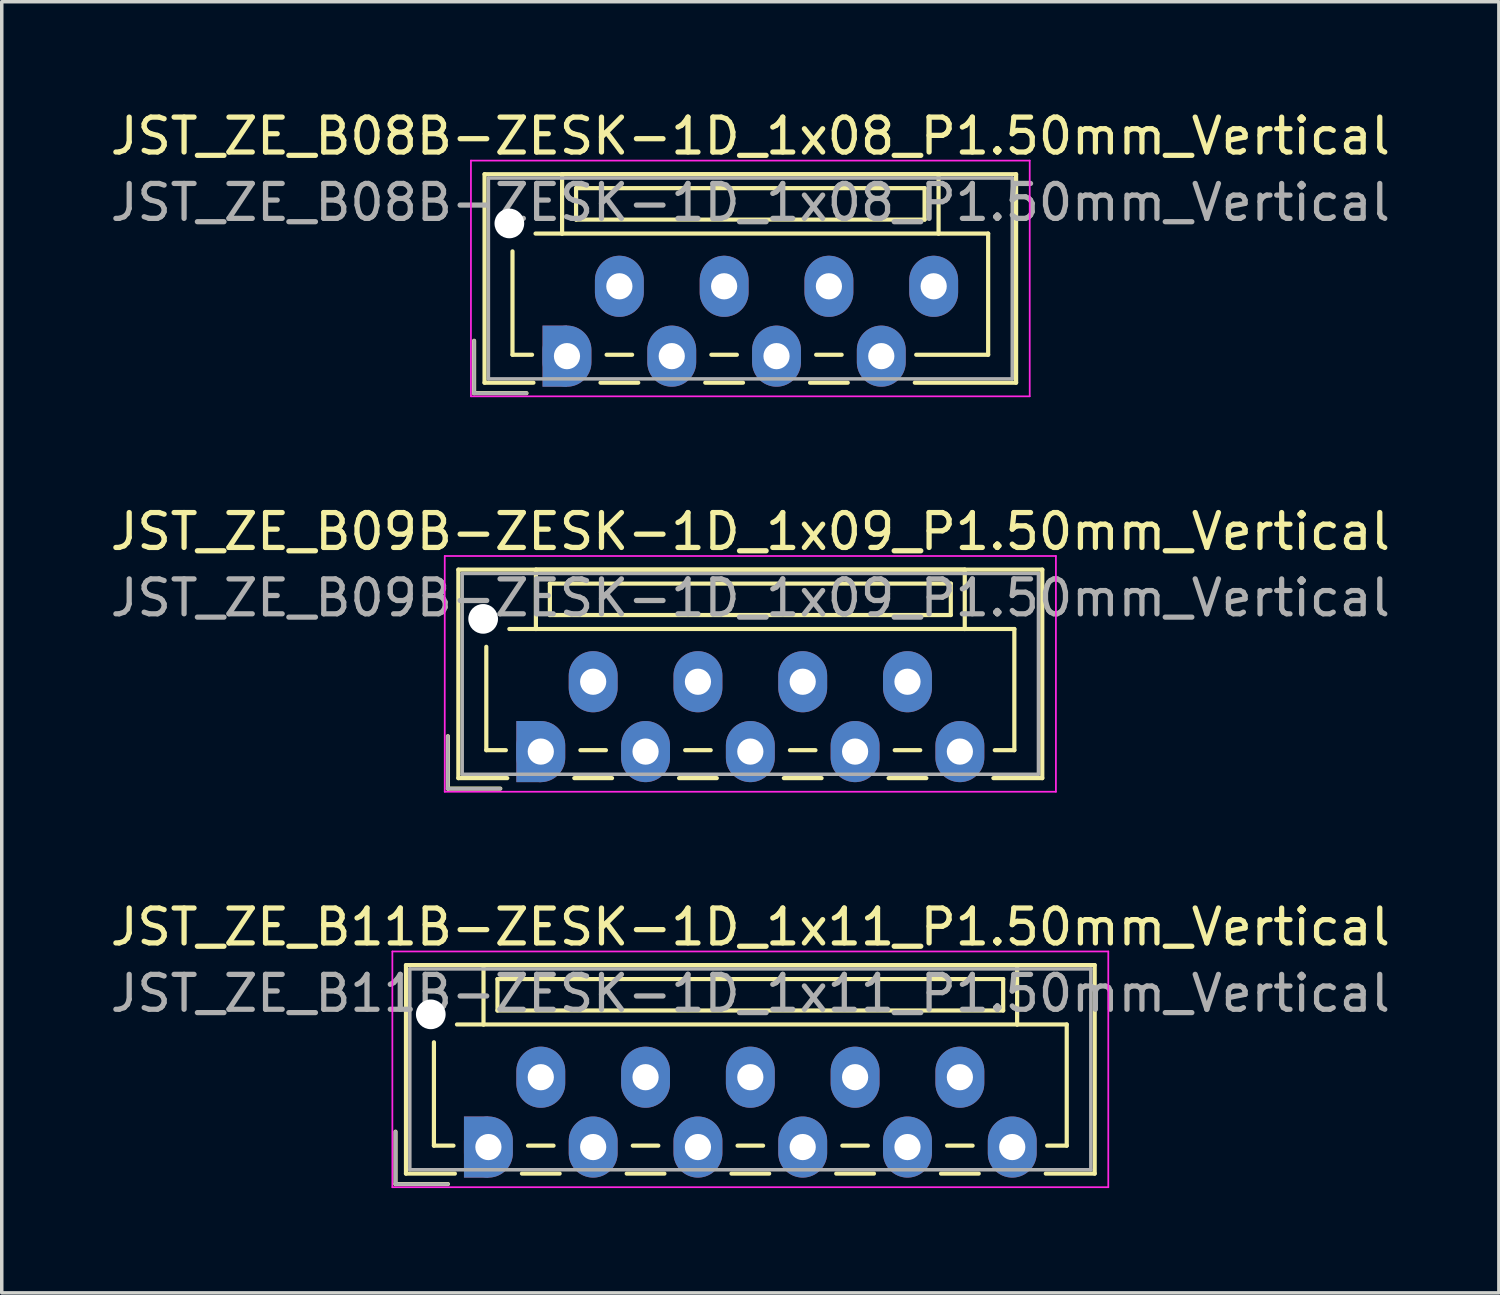
<source format=kicad_pcb>
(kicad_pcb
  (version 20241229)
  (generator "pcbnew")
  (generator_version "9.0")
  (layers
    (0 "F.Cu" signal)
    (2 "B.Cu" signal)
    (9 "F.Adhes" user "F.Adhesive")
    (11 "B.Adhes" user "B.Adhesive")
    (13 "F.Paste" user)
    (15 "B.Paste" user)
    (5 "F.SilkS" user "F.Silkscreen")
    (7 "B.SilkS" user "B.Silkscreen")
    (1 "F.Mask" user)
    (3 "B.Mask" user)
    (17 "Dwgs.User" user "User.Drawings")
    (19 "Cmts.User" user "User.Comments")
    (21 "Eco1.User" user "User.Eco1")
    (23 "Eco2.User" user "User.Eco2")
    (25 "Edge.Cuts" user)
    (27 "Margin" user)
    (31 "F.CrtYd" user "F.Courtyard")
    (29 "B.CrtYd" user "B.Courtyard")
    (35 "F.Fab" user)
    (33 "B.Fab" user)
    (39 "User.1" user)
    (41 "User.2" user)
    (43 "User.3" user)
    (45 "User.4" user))
  (footprint "JST_ZE_B11B-ZESK-1D_1x11_P1.50mm_Vertical"
    (layer "F.Cu")
    (at 10.935 29.795)
    (property "Reference" "JST_ZE_B11B-ZESK-1D_1x11_P1.50mm_Vertical" (at 7.5 -6.3 0) (layer "F.SilkS") (effects (font (size 1 1) (thickness 0.15))))
    (attr through_hole)
    (fp_line (start -2.66 -0.44) (end -2.66 1.06) (stroke (width 0.12) (type solid)) (layer "F.SilkS"))
    (fp_line (start -2.66 1.06) (end -1.16 1.06) (stroke (width 0.12) (type solid)) (layer "F.SilkS"))
    (fp_line (start -2.36 -5.21) (end 17.36 -5.21) (stroke (width 0.12) (type solid)) (layer "F.SilkS"))
    (fp_line (start -2.36 0.76) (end -2.36 -5.21) (stroke (width 0.12) (type solid)) (layer "F.SilkS"))
    (fp_line (start -1.56 -3) (end -1.56 -0.04) (stroke (width 0.12) (type solid)) (layer "F.SilkS"))
    (fp_line (start -1.56 -0.04) (end -1 -0.04) (stroke (width 0.12) (type solid)) (layer "F.SilkS"))
    (fp_line (start -0.96 0.76) (end -2.36 0.76) (stroke (width 0.12) (type solid)) (layer "F.SilkS"))
    (fp_line (start -0.14 -5.21) (end -0.14 -3.51) (stroke (width 0.12) (type solid)) (layer "F.SilkS"))
    (fp_line (start -0.14 -3.51) (end -0.9 -3.51) (stroke (width 0.12) (type solid)) (layer "F.SilkS"))
    (fp_line (start -0.14 -3.51) (end 15.14 -3.51) (stroke (width 0.12) (type solid)) (layer "F.SilkS"))
    (fp_line (start 0.26 -4.81) (end 0.26 -3.91) (stroke (width 0.12) (type solid)) (layer "F.SilkS"))
    (fp_line (start 0.26 -3.91) (end 14.74 -3.91) (stroke (width 0.12) (type solid)) (layer "F.SilkS"))
    (fp_line (start 0.96 0.76) (end 2.04 0.76) (stroke (width 0.12) (type solid)) (layer "F.SilkS"))
    (fp_line (start 1.135 -0.04) (end 1.865 -0.04) (stroke (width 0.12) (type solid)) (layer "F.SilkS"))
    (fp_line (start 3.96 0.76) (end 5.04 0.76) (stroke (width 0.12) (type solid)) (layer "F.SilkS"))
    (fp_line (start 4.135 -0.04) (end 4.865 -0.04) (stroke (width 0.12) (type solid)) (layer "F.SilkS"))
    (fp_line (start 6.96 0.76) (end 8.04 0.76) (stroke (width 0.12) (type solid)) (layer "F.SilkS"))
    (fp_line (start 7.135 -0.04) (end 7.865 -0.04) (stroke (width 0.12) (type solid)) (layer "F.SilkS"))
    (fp_line (start 9.96 0.76) (end 11.04 0.76) (stroke (width 0.12) (type solid)) (layer "F.SilkS"))
    (fp_line (start 10.135 -0.04) (end 10.865 -0.04) (stroke (width 0.12) (type solid)) (layer "F.SilkS"))
    (fp_line (start 12.96 0.76) (end 14.04 0.76) (stroke (width 0.12) (type solid)) (layer "F.SilkS"))
    (fp_line (start 13.135 -0.04) (end 13.865 -0.04) (stroke (width 0.12) (type solid)) (layer "F.SilkS"))
    (fp_line (start 14.74 -4.81) (end 0.26 -4.81) (stroke (width 0.12) (type solid)) (layer "F.SilkS"))
    (fp_line (start 14.74 -3.91) (end 14.74 -4.81) (stroke (width 0.12) (type solid)) (layer "F.SilkS"))
    (fp_line (start 15.14 -5.21) (end -0.14 -5.21) (stroke (width 0.12) (type solid)) (layer "F.SilkS"))
    (fp_line (start 15.14 -3.51) (end 15.14 -5.21) (stroke (width 0.12) (type solid)) (layer "F.SilkS"))
    (fp_line (start 15.14 -3.51) (end 16.56 -3.51) (stroke (width 0.12) (type solid)) (layer "F.SilkS"))
    (fp_line (start 16.56 -3.51) (end 16.56 -0.04) (stroke (width 0.12) (type solid)) (layer "F.SilkS"))
    (fp_line (start 16.56 -0.04) (end 16 -0.04) (stroke (width 0.12) (type solid)) (layer "F.SilkS"))
    (fp_line (start 17.36 -5.21) (end 17.36 0.76) (stroke (width 0.12) (type solid)) (layer "F.SilkS"))
    (fp_line (start 17.36 0.76) (end 15.96 0.76) (stroke (width 0.12) (type solid)) (layer "F.SilkS"))
    (fp_line (start -2.75 -5.6) (end -2.75 1.15) (stroke (width 0.05) (type solid)) (layer "F.CrtYd"))
    (fp_line (start -2.75 1.15) (end 17.75 1.15) (stroke (width 0.05) (type solid)) (layer "F.CrtYd"))
    (fp_line (start 17.75 -5.6) (end -2.75 -5.6) (stroke (width 0.05) (type solid)) (layer "F.CrtYd"))
    (fp_line (start 17.75 1.15) (end 17.75 -5.6) (stroke (width 0.05) (type solid)) (layer "F.CrtYd"))
    (fp_line (start -2.66 -0.44) (end -2.66 1.06) (stroke (width 0.1) (type solid)) (layer "F.Fab"))
    (fp_line (start -2.66 1.06) (end -1.16 1.06) (stroke (width 0.1) (type solid)) (layer "F.Fab"))
    (fp_line (start -2.25 -5.1) (end -2.25 0.65) (stroke (width 0.1) (type solid)) (layer "F.Fab"))
    (fp_line (start -2.25 0.65) (end 17.25 0.65) (stroke (width 0.1) (type solid)) (layer "F.Fab"))
    (fp_line (start 17.25 -5.1) (end -2.25 -5.1) (stroke (width 0.1) (type solid)) (layer "F.Fab"))
    (fp_line (start 17.25 0.65) (end 17.25 -5.1) (stroke (width 0.1) (type solid)) (layer "F.Fab"))
    (fp_text user "${REFERENCE}" (at 7.5 -4.4 0) (layer "F.Fab") (effects (font (size 1 1) (thickness 0.15))))
    (pad "" np_thru_hole circle (at -1.65 -3.8) (size 0.85 0.85) (drill 0.85) (layers "*.Cu" "*.Mask"))
    (pad "1" smd rect (at -0.35 0) (size 0.7 1.75) (layers "F.Cu" "F.Mask"))
    (pad "1" smd rect (at -0.35 0) (size 0.7 1.75) (layers "B.Cu" "B.Mask"))
    (pad "1" thru_hole oval (at 0 0) (size 1.4 1.75) (drill 0.75) (layers "*.Cu" "*.Mask"))
    (pad "2" thru_hole oval (at 1.5 -2) (size 1.4 1.75) (drill 0.75) (layers "*.Cu" "*.Mask"))
    (pad "3" thru_hole oval (at 3 0) (size 1.4 1.75) (drill 0.75) (layers "*.Cu" "*.Mask"))
    (pad "4" thru_hole oval (at 4.5 -2) (size 1.4 1.75) (drill 0.75) (layers "*.Cu" "*.Mask"))
    (pad "5" thru_hole oval (at 6 0) (size 1.4 1.75) (drill 0.75) (layers "*.Cu" "*.Mask"))
    (pad "6" thru_hole oval (at 7.5 -2) (size 1.4 1.75) (drill 0.75) (layers "*.Cu" "*.Mask"))
    (pad "7" thru_hole oval (at 9 0) (size 1.4 1.75) (drill 0.75) (layers "*.Cu" "*.Mask"))
    (pad "8" thru_hole oval (at 10.5 -2) (size 1.4 1.75) (drill 0.75) (layers "*.Cu" "*.Mask"))
    (pad "9" thru_hole oval (at 12 0) (size 1.4 1.75) (drill 0.75) (layers "*.Cu" "*.Mask"))
    (pad "10" thru_hole oval (at 13.5 -2) (size 1.4 1.75) (drill 0.75) (layers "*.Cu" "*.Mask"))
    (pad "11" thru_hole oval (at 15 0) (size 1.4 1.75) (drill 0.75) (layers "*.Cu" "*.Mask")))
  (footprint "JST_ZE_B08B-ZESK-1D_1x08_P1.50mm_Vertical"
    (layer "F.Cu")
    (at 13.185 7.148)
    (property "Reference" "JST_ZE_B08B-ZESK-1D_1x08_P1.50mm_Vertical" (at 5.25 -6.3 0) (layer "F.SilkS") (effects (font (size 1 1) (thickness 0.15))))
    (attr through_hole)
    (fp_line (start -2.66 -0.44) (end -2.66 1.06) (stroke (width 0.12) (type solid)) (layer "F.SilkS"))
    (fp_line (start -2.66 1.06) (end -1.16 1.06) (stroke (width 0.12) (type solid)) (layer "F.SilkS"))
    (fp_line (start -2.36 -5.21) (end 12.86 -5.21) (stroke (width 0.12) (type solid)) (layer "F.SilkS"))
    (fp_line (start -2.36 0.76) (end -2.36 -5.21) (stroke (width 0.12) (type solid)) (layer "F.SilkS"))
    (fp_line (start -1.56 -3) (end -1.56 -0.04) (stroke (width 0.12) (type solid)) (layer "F.SilkS"))
    (fp_line (start -1.56 -0.04) (end -1 -0.04) (stroke (width 0.12) (type solid)) (layer "F.SilkS"))
    (fp_line (start -0.96 0.76) (end -2.36 0.76) (stroke (width 0.12) (type solid)) (layer "F.SilkS"))
    (fp_line (start -0.14 -5.21) (end -0.14 -3.51) (stroke (width 0.12) (type solid)) (layer "F.SilkS"))
    (fp_line (start -0.14 -3.51) (end -0.9 -3.51) (stroke (width 0.12) (type solid)) (layer "F.SilkS"))
    (fp_line (start -0.14 -3.51) (end 10.64 -3.51) (stroke (width 0.12) (type solid)) (layer "F.SilkS"))
    (fp_line (start 0.26 -4.81) (end 0.26 -3.91) (stroke (width 0.12) (type solid)) (layer "F.SilkS"))
    (fp_line (start 0.26 -3.91) (end 10.24 -3.91) (stroke (width 0.12) (type solid)) (layer "F.SilkS"))
    (fp_line (start 0.96 0.76) (end 2.04 0.76) (stroke (width 0.12) (type solid)) (layer "F.SilkS"))
    (fp_line (start 1.135 -0.04) (end 1.865 -0.04) (stroke (width 0.12) (type solid)) (layer "F.SilkS"))
    (fp_line (start 3.96 0.76) (end 5.04 0.76) (stroke (width 0.12) (type solid)) (layer "F.SilkS"))
    (fp_line (start 4.135 -0.04) (end 4.865 -0.04) (stroke (width 0.12) (type solid)) (layer "F.SilkS"))
    (fp_line (start 6.96 0.76) (end 8.04 0.76) (stroke (width 0.12) (type solid)) (layer "F.SilkS"))
    (fp_line (start 7.135 -0.04) (end 7.865 -0.04) (stroke (width 0.12) (type solid)) (layer "F.SilkS"))
    (fp_line (start 10.24 -4.81) (end 0.26 -4.81) (stroke (width 0.12) (type solid)) (layer "F.SilkS"))
    (fp_line (start 10.24 -3.91) (end 10.24 -4.81) (stroke (width 0.12) (type solid)) (layer "F.SilkS"))
    (fp_line (start 10.64 -5.21) (end -0.14 -5.21) (stroke (width 0.12) (type solid)) (layer "F.SilkS"))
    (fp_line (start 10.64 -3.51) (end 10.64 -5.21) (stroke (width 0.12) (type solid)) (layer "F.SilkS"))
    (fp_line (start 10.64 -3.51) (end 12.06 -3.51) (stroke (width 0.12) (type solid)) (layer "F.SilkS"))
    (fp_line (start 12.06 -3.51) (end 12.06 -0.04) (stroke (width 0.12) (type solid)) (layer "F.SilkS"))
    (fp_line (start 12.06 -0.04) (end 10 -0.04) (stroke (width 0.12) (type solid)) (layer "F.SilkS"))
    (fp_line (start 12.86 -5.21) (end 12.86 0.76) (stroke (width 0.12) (type solid)) (layer "F.SilkS"))
    (fp_line (start 12.86 0.76) (end 9.96 0.76) (stroke (width 0.12) (type solid)) (layer "F.SilkS"))
    (fp_line (start -2.75 -5.6) (end -2.75 1.15) (stroke (width 0.05) (type solid)) (layer "F.CrtYd"))
    (fp_line (start -2.75 1.15) (end 13.25 1.15) (stroke (width 0.05) (type solid)) (layer "F.CrtYd"))
    (fp_line (start 13.25 -5.6) (end -2.75 -5.6) (stroke (width 0.05) (type solid)) (layer "F.CrtYd"))
    (fp_line (start 13.25 1.15) (end 13.25 -5.6) (stroke (width 0.05) (type solid)) (layer "F.CrtYd"))
    (fp_line (start -2.66 -0.44) (end -2.66 1.06) (stroke (width 0.1) (type solid)) (layer "F.Fab"))
    (fp_line (start -2.66 1.06) (end -1.16 1.06) (stroke (width 0.1) (type solid)) (layer "F.Fab"))
    (fp_line (start -2.25 -5.1) (end -2.25 0.65) (stroke (width 0.1) (type solid)) (layer "F.Fab"))
    (fp_line (start -2.25 0.65) (end 12.75 0.65) (stroke (width 0.1) (type solid)) (layer "F.Fab"))
    (fp_line (start 12.75 -5.1) (end -2.25 -5.1) (stroke (width 0.1) (type solid)) (layer "F.Fab"))
    (fp_line (start 12.75 0.65) (end 12.75 -5.1) (stroke (width 0.1) (type solid)) (layer "F.Fab"))
    (fp_text user "${REFERENCE}" (at 5.25 -4.4 0) (layer "F.Fab") (effects (font (size 1 1) (thickness 0.15))))
    (pad "" np_thru_hole circle (at -1.65 -3.8) (size 0.85 0.85) (drill 0.85) (layers "*.Cu" "*.Mask"))
    (pad "1" smd rect (at -0.35 0) (size 0.7 1.75) (layers "F.Cu" "F.Mask"))
    (pad "1" smd rect (at -0.35 0) (size 0.7 1.75) (layers "B.Cu" "B.Mask"))
    (pad "1" thru_hole oval (at 0 0) (size 1.4 1.75) (drill 0.75) (layers "*.Cu" "*.Mask"))
    (pad "2" thru_hole oval (at 1.5 -2) (size 1.4 1.75) (drill 0.75) (layers "*.Cu" "*.Mask"))
    (pad "3" thru_hole oval (at 3 0) (size 1.4 1.75) (drill 0.75) (layers "*.Cu" "*.Mask"))
    (pad "4" thru_hole oval (at 4.5 -2) (size 1.4 1.75) (drill 0.75) (layers "*.Cu" "*.Mask"))
    (pad "5" thru_hole oval (at 6 0) (size 1.4 1.75) (drill 0.75) (layers "*.Cu" "*.Mask"))
    (pad "6" thru_hole oval (at 7.5 -2) (size 1.4 1.75) (drill 0.75) (layers "*.Cu" "*.Mask"))
    (pad "7" thru_hole oval (at 9 0) (size 1.4 1.75) (drill 0.75) (layers "*.Cu" "*.Mask"))
    (pad "8" thru_hole oval (at 10.5 -2) (size 1.4 1.75) (drill 0.75) (layers "*.Cu" "*.Mask")))
  (footprint "JST_ZE_B09B-ZESK-1D_1x09_P1.50mm_Vertical"
    (layer "F.Cu")
    (at 12.435 18.471)
    (property "Reference" "JST_ZE_B09B-ZESK-1D_1x09_P1.50mm_Vertical" (at 6 -6.3 0) (layer "F.SilkS") (effects (font (size 1 1) (thickness 0.15))))
    (attr through_hole)
    (fp_line (start -2.66 -0.44) (end -2.66 1.06) (stroke (width 0.12) (type solid)) (layer "F.SilkS"))
    (fp_line (start -2.66 1.06) (end -1.16 1.06) (stroke (width 0.12) (type solid)) (layer "F.SilkS"))
    (fp_line (start -2.36 -5.21) (end 14.36 -5.21) (stroke (width 0.12) (type solid)) (layer "F.SilkS"))
    (fp_line (start -2.36 0.76) (end -2.36 -5.21) (stroke (width 0.12) (type solid)) (layer "F.SilkS"))
    (fp_line (start -1.56 -3) (end -1.56 -0.04) (stroke (width 0.12) (type solid)) (layer "F.SilkS"))
    (fp_line (start -1.56 -0.04) (end -1 -0.04) (stroke (width 0.12) (type solid)) (layer "F.SilkS"))
    (fp_line (start -0.96 0.76) (end -2.36 0.76) (stroke (width 0.12) (type solid)) (layer "F.SilkS"))
    (fp_line (start -0.14 -5.21) (end -0.14 -3.51) (stroke (width 0.12) (type solid)) (layer "F.SilkS"))
    (fp_line (start -0.14 -3.51) (end -0.9 -3.51) (stroke (width 0.12) (type solid)) (layer "F.SilkS"))
    (fp_line (start -0.14 -3.51) (end 12.14 -3.51) (stroke (width 0.12) (type solid)) (layer "F.SilkS"))
    (fp_line (start 0.26 -4.81) (end 0.26 -3.91) (stroke (width 0.12) (type solid)) (layer "F.SilkS"))
    (fp_line (start 0.26 -3.91) (end 11.74 -3.91) (stroke (width 0.12) (type solid)) (layer "F.SilkS"))
    (fp_line (start 0.96 0.76) (end 2.04 0.76) (stroke (width 0.12) (type solid)) (layer "F.SilkS"))
    (fp_line (start 1.135 -0.04) (end 1.865 -0.04) (stroke (width 0.12) (type solid)) (layer "F.SilkS"))
    (fp_line (start 3.96 0.76) (end 5.04 0.76) (stroke (width 0.12) (type solid)) (layer "F.SilkS"))
    (fp_line (start 4.135 -0.04) (end 4.865 -0.04) (stroke (width 0.12) (type solid)) (layer "F.SilkS"))
    (fp_line (start 6.96 0.76) (end 8.04 0.76) (stroke (width 0.12) (type solid)) (layer "F.SilkS"))
    (fp_line (start 7.135 -0.04) (end 7.865 -0.04) (stroke (width 0.12) (type solid)) (layer "F.SilkS"))
    (fp_line (start 9.96 0.76) (end 11.04 0.76) (stroke (width 0.12) (type solid)) (layer "F.SilkS"))
    (fp_line (start 10.135 -0.04) (end 10.865 -0.04) (stroke (width 0.12) (type solid)) (layer "F.SilkS"))
    (fp_line (start 11.74 -4.81) (end 0.26 -4.81) (stroke (width 0.12) (type solid)) (layer "F.SilkS"))
    (fp_line (start 11.74 -3.91) (end 11.74 -4.81) (stroke (width 0.12) (type solid)) (layer "F.SilkS"))
    (fp_line (start 12.14 -5.21) (end -0.14 -5.21) (stroke (width 0.12) (type solid)) (layer "F.SilkS"))
    (fp_line (start 12.14 -3.51) (end 12.14 -5.21) (stroke (width 0.12) (type solid)) (layer "F.SilkS"))
    (fp_line (start 12.14 -3.51) (end 13.56 -3.51) (stroke (width 0.12) (type solid)) (layer "F.SilkS"))
    (fp_line (start 13.56 -3.51) (end 13.56 -0.04) (stroke (width 0.12) (type solid)) (layer "F.SilkS"))
    (fp_line (start 13.56 -0.04) (end 13 -0.04) (stroke (width 0.12) (type solid)) (layer "F.SilkS"))
    (fp_line (start 14.36 -5.21) (end 14.36 0.76) (stroke (width 0.12) (type solid)) (layer "F.SilkS"))
    (fp_line (start 14.36 0.76) (end 12.96 0.76) (stroke (width 0.12) (type solid)) (layer "F.SilkS"))
    (fp_line (start -2.75 -5.6) (end -2.75 1.15) (stroke (width 0.05) (type solid)) (layer "F.CrtYd"))
    (fp_line (start -2.75 1.15) (end 14.75 1.15) (stroke (width 0.05) (type solid)) (layer "F.CrtYd"))
    (fp_line (start 14.75 -5.6) (end -2.75 -5.6) (stroke (width 0.05) (type solid)) (layer "F.CrtYd"))
    (fp_line (start 14.75 1.15) (end 14.75 -5.6) (stroke (width 0.05) (type solid)) (layer "F.CrtYd"))
    (fp_line (start -2.66 -0.44) (end -2.66 1.06) (stroke (width 0.1) (type solid)) (layer "F.Fab"))
    (fp_line (start -2.66 1.06) (end -1.16 1.06) (stroke (width 0.1) (type solid)) (layer "F.Fab"))
    (fp_line (start -2.25 -5.1) (end -2.25 0.65) (stroke (width 0.1) (type solid)) (layer "F.Fab"))
    (fp_line (start -2.25 0.65) (end 14.25 0.65) (stroke (width 0.1) (type solid)) (layer "F.Fab"))
    (fp_line (start 14.25 -5.1) (end -2.25 -5.1) (stroke (width 0.1) (type solid)) (layer "F.Fab"))
    (fp_line (start 14.25 0.65) (end 14.25 -5.1) (stroke (width 0.1) (type solid)) (layer "F.Fab"))
    (fp_text user "${REFERENCE}" (at 6 -4.4 0) (layer "F.Fab") (effects (font (size 1 1) (thickness 0.15))))
    (pad "" np_thru_hole circle (at -1.65 -3.8) (size 0.85 0.85) (drill 0.85) (layers "*.Cu" "*.Mask"))
    (pad "1" smd rect (at -0.35 0) (size 0.7 1.75) (layers "F.Cu" "F.Mask"))
    (pad "1" smd rect (at -0.35 0) (size 0.7 1.75) (layers "B.Cu" "B.Mask"))
    (pad "1" thru_hole oval (at 0 0) (size 1.4 1.75) (drill 0.75) (layers "*.Cu" "*.Mask"))
    (pad "2" thru_hole oval (at 1.5 -2) (size 1.4 1.75) (drill 0.75) (layers "*.Cu" "*.Mask"))
    (pad "3" thru_hole oval (at 3 0) (size 1.4 1.75) (drill 0.75) (layers "*.Cu" "*.Mask"))
    (pad "4" thru_hole oval (at 4.5 -2) (size 1.4 1.75) (drill 0.75) (layers "*.Cu" "*.Mask"))
    (pad "5" thru_hole oval (at 6 0) (size 1.4 1.75) (drill 0.75) (layers "*.Cu" "*.Mask"))
    (pad "6" thru_hole oval (at 7.5 -2) (size 1.4 1.75) (drill 0.75) (layers "*.Cu" "*.Mask"))
    (pad "7" thru_hole oval (at 9 0) (size 1.4 1.75) (drill 0.75) (layers "*.Cu" "*.Mask"))
    (pad "8" thru_hole oval (at 10.5 -2) (size 1.4 1.75) (drill 0.75) (layers "*.Cu" "*.Mask"))
    (pad "9" thru_hole oval (at 12 0) (size 1.4 1.75) (drill 0.75) (layers "*.Cu" "*.Mask")))
  (gr_rect
    (start -3 -3)
    (end 39.869 33.97)
    (stroke (width 0.1) (type default))
    (fill no)
    (layer "Edge.Cuts")))
</source>
